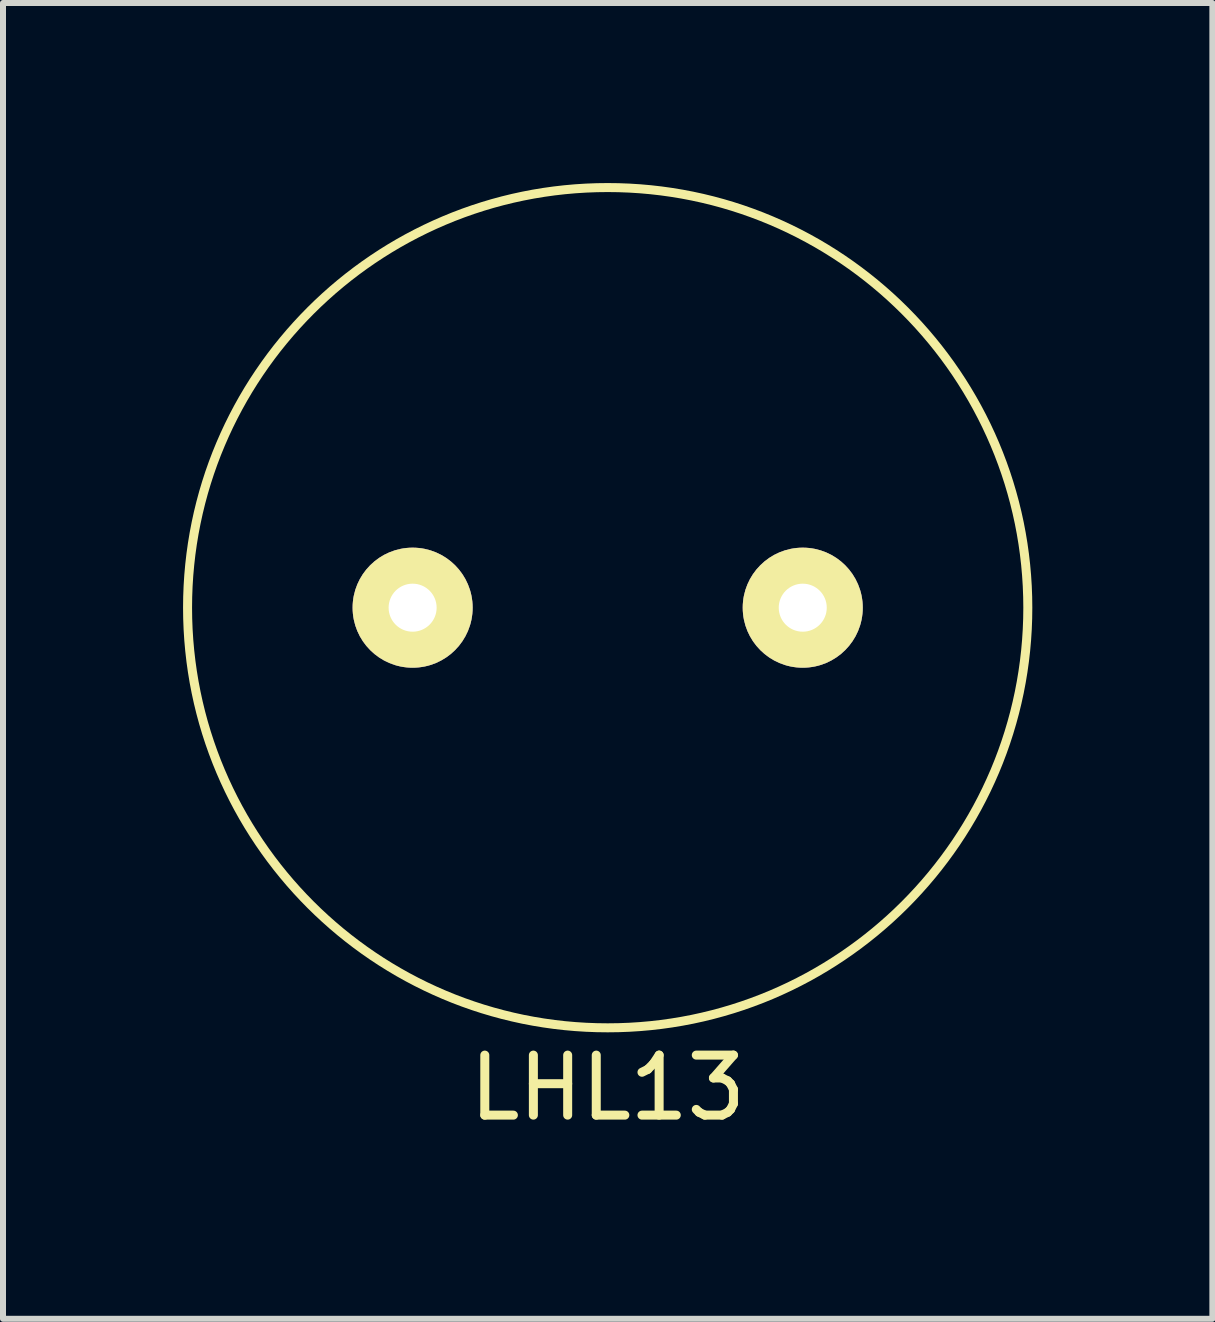
<source format=kicad_pcb>
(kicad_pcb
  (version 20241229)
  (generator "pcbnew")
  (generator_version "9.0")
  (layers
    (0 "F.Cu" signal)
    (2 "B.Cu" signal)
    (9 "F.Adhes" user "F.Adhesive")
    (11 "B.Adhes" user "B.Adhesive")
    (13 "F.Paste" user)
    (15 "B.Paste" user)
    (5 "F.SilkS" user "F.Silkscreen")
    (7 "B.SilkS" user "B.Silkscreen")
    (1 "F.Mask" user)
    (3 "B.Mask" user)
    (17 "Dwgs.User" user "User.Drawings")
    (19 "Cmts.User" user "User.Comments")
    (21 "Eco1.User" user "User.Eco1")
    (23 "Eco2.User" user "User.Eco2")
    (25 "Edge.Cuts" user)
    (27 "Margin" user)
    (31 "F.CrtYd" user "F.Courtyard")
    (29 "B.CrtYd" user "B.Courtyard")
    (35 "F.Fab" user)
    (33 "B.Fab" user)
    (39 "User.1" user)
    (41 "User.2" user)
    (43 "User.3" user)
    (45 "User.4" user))
  (footprint "LHL13"
    (layer "F.Cu")
    (at 7.075 7.075)
    (property "Reference" "LHL13" (at 0 8 0) (layer "F.SilkS") (effects (font (size 1 1) (thickness 0.15))))
    (attr through_hole)
    (fp_circle (center 0 0) (end 0 -7) (stroke (width 0.15) (type solid)) (fill no) (layer "F.SilkS"))
    (pad "1" thru_hole circle (at -3.25 0) (size 2 2) (drill 0.8) (layers "*.Cu" "*.Mask" "F.SilkS"))
    (pad "2" thru_hole circle (at 3.25 0) (size 2 2) (drill 0.8) (layers "*.Cu" "*.Mask" "F.SilkS")))
  (gr_rect
    (start -3 -3)
    (end 17.15 18.923)
    (stroke (width 0.1) (type default))
    (fill no)
    (layer "Edge.Cuts")))
</source>
